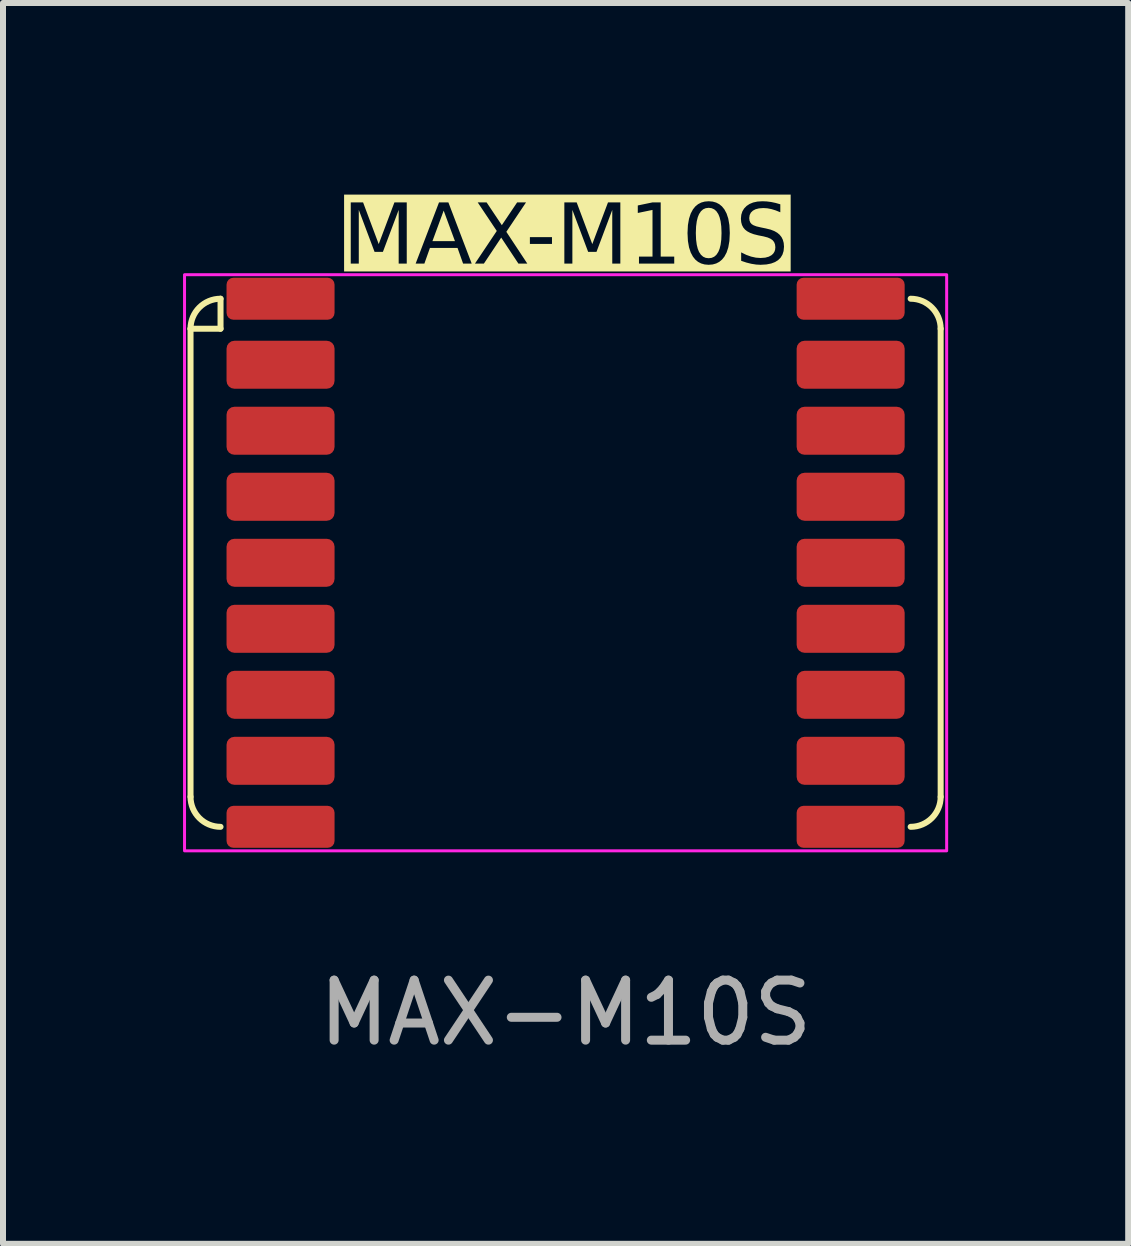
<source format=kicad_pcb>
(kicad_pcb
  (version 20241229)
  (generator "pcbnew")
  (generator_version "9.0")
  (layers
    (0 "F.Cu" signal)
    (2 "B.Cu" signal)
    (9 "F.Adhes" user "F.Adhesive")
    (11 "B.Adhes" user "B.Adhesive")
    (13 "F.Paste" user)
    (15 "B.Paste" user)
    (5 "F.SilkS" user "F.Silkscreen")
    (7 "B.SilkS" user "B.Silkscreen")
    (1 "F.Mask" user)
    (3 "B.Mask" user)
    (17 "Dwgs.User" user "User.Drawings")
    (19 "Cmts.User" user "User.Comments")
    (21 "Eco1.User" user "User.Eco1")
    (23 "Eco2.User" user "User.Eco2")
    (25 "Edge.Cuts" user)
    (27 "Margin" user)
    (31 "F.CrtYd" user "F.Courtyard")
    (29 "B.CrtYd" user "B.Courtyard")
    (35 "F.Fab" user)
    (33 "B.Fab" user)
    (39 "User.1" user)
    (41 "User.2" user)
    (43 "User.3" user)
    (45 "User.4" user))
  (footprint "MAX-M10S"
    (layer "F.Cu")
    (at 6.375 6.328)
    (property "Reference" "MAX-M10S" (at 0 -5.4 0) (unlocked yes) (layer "F.SilkS" knockout) (effects (font (face "Futura") (size 1 1) (thickness 0.125))))
    (attr smd)
    (fp_line (start -6.25 -3.9) (end -6.25 3.9) (stroke (width 0.1) (type default)) (layer "F.SilkS"))
    (fp_line (start -5.75 -4.4) (end -5.75 -3.9) (stroke (width 0.1) (type default)) (layer "F.SilkS"))
    (fp_line (start -5.75 -3.9) (end -6.25 -3.9) (stroke (width 0.1) (type default)) (layer "F.SilkS"))
    (fp_line (start 6.25 3.9) (end 6.25 -3.9) (stroke (width 0.1) (type default)) (layer "F.SilkS"))
    (fp_arc (start -6.25 -3.9) (mid -6.103553 -4.253553) (end -5.75 -4.4) (stroke (width 0.1) (type default)) (layer "F.SilkS"))
    (fp_arc (start -5.75 4.4) (mid -6.103553 4.253553) (end -6.25 3.9) (stroke (width 0.1) (type default)) (layer "F.SilkS"))
    (fp_arc (start 5.75 -4.4) (mid 6.103553 -4.253553) (end 6.25 -3.9) (stroke (width 0.1) (type default)) (layer "F.SilkS"))
    (fp_arc (start 6.25 3.9) (mid 6.103553 4.253553) (end 5.75 4.4) (stroke (width 0.1) (type default)) (layer "F.SilkS"))
    (fp_rect (start -6.35 -4.8) (end 6.35 4.8) (stroke (width 0.05) (type default)) (fill no) (layer "F.CrtYd"))
    (fp_text user "${REFERENCE}" (at 0 7.5 0) (unlocked yes) (layer "F.Fab") (effects (font (size 1 1) (thickness 0.15))))
    (pad "1" smd roundrect (at -4.75 -4.4) (size 1.8 0.7) (layers "F.Cu" "F.Mask" "F.Paste") (roundrect_rratio 0.164))
    (pad "2" smd roundrect (at -4.75 -3.3) (size 1.8 0.8) (layers "F.Cu" "F.Mask" "F.Paste") (roundrect_rratio 0.164))
    (pad "3" smd roundrect (at -4.75 -2.2) (size 1.8 0.8) (layers "F.Cu" "F.Mask" "F.Paste") (roundrect_rratio 0.164))
    (pad "4" smd roundrect (at -4.75 -1.1) (size 1.8 0.8) (layers "F.Cu" "F.Mask" "F.Paste") (roundrect_rratio 0.164))
    (pad "5" smd roundrect (at -4.75 0) (size 1.8 0.8) (layers "F.Cu" "F.Mask" "F.Paste") (roundrect_rratio 0.164))
    (pad "6" smd roundrect (at -4.75 1.1) (size 1.8 0.8) (layers "F.Cu" "F.Mask" "F.Paste") (roundrect_rratio 0.164))
    (pad "7" smd roundrect (at -4.75 2.2) (size 1.8 0.8) (layers "F.Cu" "F.Mask" "F.Paste") (roundrect_rratio 0.164))
    (pad "8" smd roundrect (at -4.75 3.3) (size 1.8 0.8) (layers "F.Cu" "F.Mask" "F.Paste") (roundrect_rratio 0.164))
    (pad "9" smd roundrect (at -4.75 4.4) (size 1.8 0.7) (layers "F.Cu" "F.Mask" "F.Paste") (roundrect_rratio 0.164))
    (pad "10" smd roundrect (at 4.75 4.4) (size 1.8 0.7) (layers "F.Cu" "F.Mask" "F.Paste") (roundrect_rratio 0.164))
    (pad "11" smd roundrect (at 4.75 3.3) (size 1.8 0.8) (layers "F.Cu" "F.Mask" "F.Paste") (roundrect_rratio 0.164))
    (pad "12" smd roundrect (at 4.75 2.2) (size 1.8 0.8) (layers "F.Cu" "F.Mask" "F.Paste") (roundrect_rratio 0.164))
    (pad "13" smd roundrect (at 4.75 1.1) (size 1.8 0.8) (layers "F.Cu" "F.Mask" "F.Paste") (roundrect_rratio 0.164))
    (pad "14" smd roundrect (at 4.75 0) (size 1.8 0.8) (layers "F.Cu" "F.Mask" "F.Paste") (roundrect_rratio 0.164))
    (pad "15" smd roundrect (at 4.75 -1.1) (size 1.8 0.8) (layers "F.Cu" "F.Mask" "F.Paste") (roundrect_rratio 0.164))
    (pad "16" smd roundrect (at 4.75 -2.2) (size 1.8 0.8) (layers "F.Cu" "F.Mask" "F.Paste") (roundrect_rratio 0.164))
    (pad "17" smd roundrect (at 4.75 -3.3) (size 1.8 0.8) (layers "F.Cu" "F.Mask" "F.Paste") (roundrect_rratio 0.164))
    (pad "18" smd roundrect (at 4.75 -4.4) (size 1.8 0.7) (layers "F.Cu" "F.Mask" "F.Paste") (roundrect_rratio 0.164)))
  (gr_rect
    (start -3 -3)
    (end 15.75 17.676)
    (stroke (width 0.1) (type default))
    (fill no)
    (layer "Edge.Cuts")))
</source>
